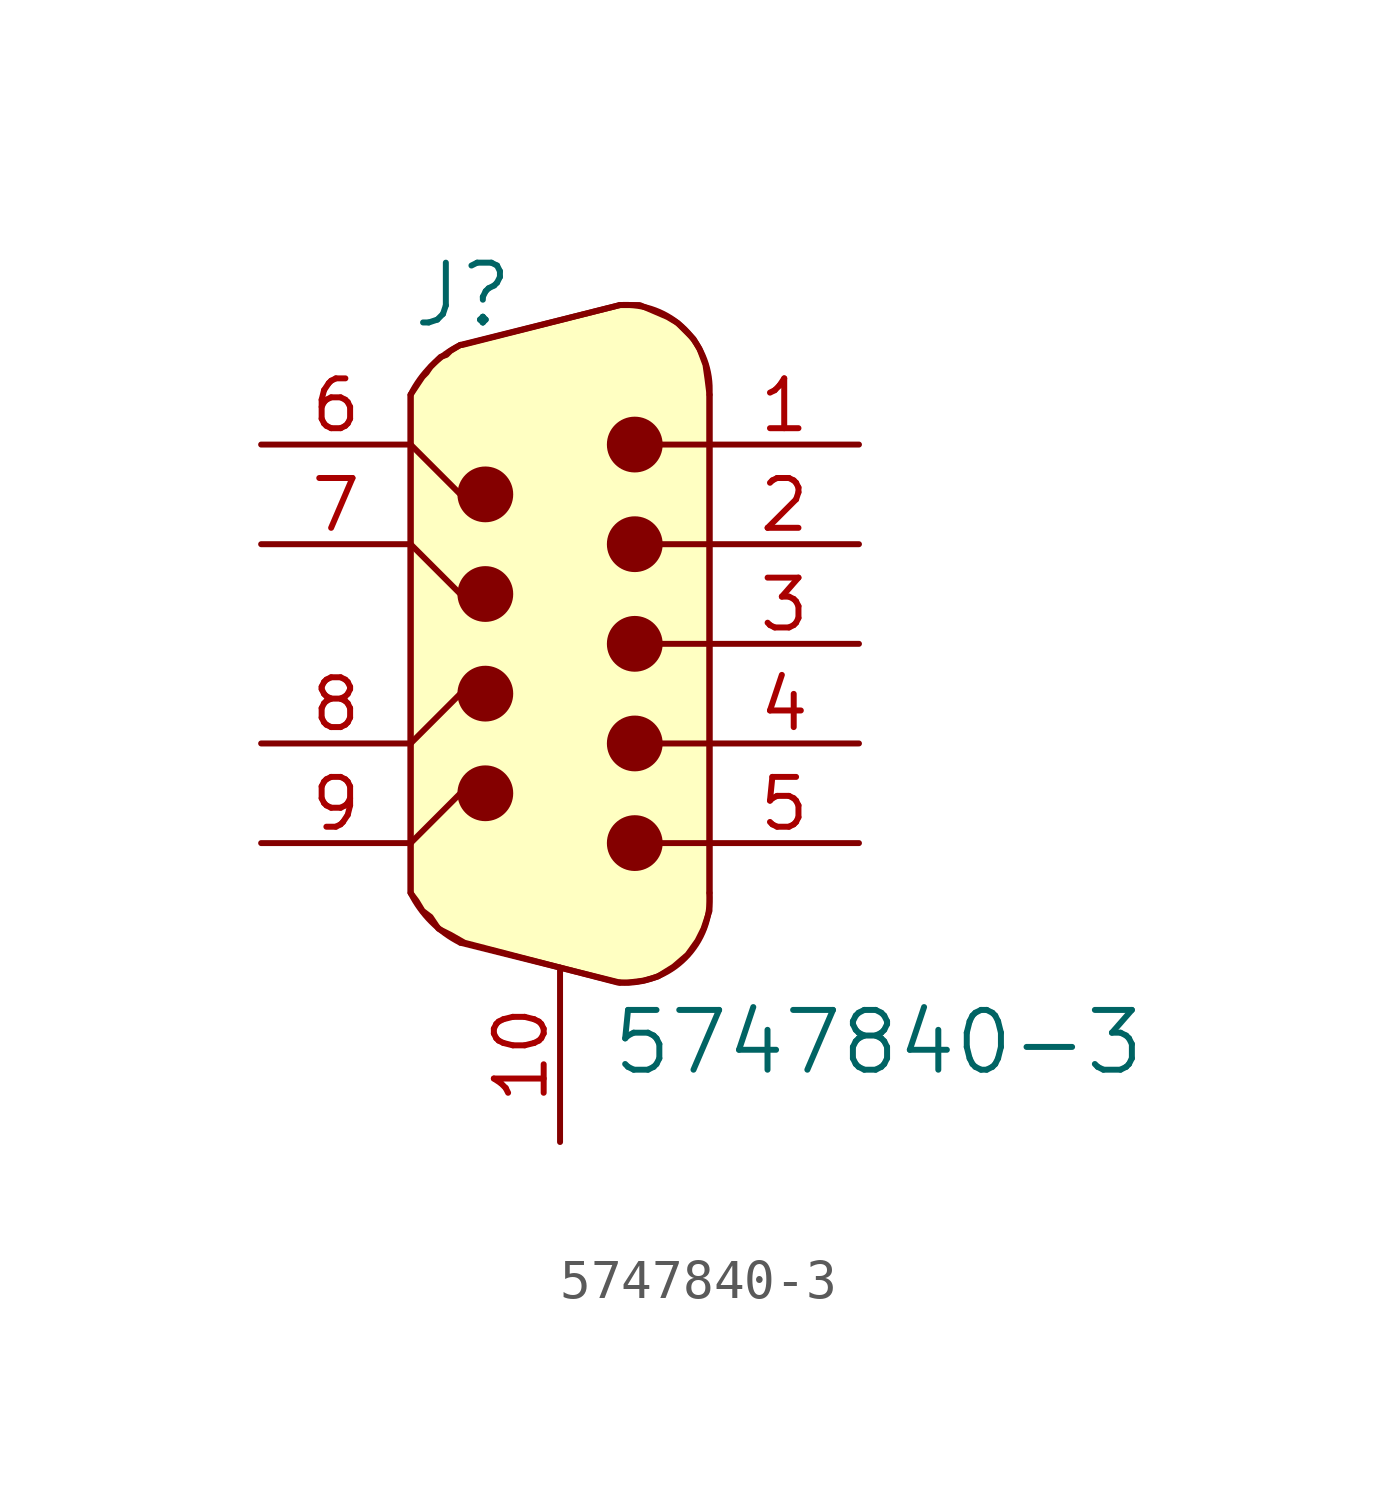
<source format=kicad_sym>
(kicad_symbol_lib
  (version 20220914)
  (generator kicad_symbol_editor)
  (symbol "5747840-3"
    (pin_names
      (offset 1.016))
    (property "Reference" "J"
      (at -3.81 8.89 0)
      (effects (font (size 1.524 1.524)) (justify left)))
    (property "Value" "5747840-3"
      (at 1.27 -10.16 0)
      (effects (font (size 1.524 1.524)) (justify left)))
    (symbol "5747840-3_0_1"
      (circle (center -1.905 -3.81) (radius 0.635) (stroke (width 0) (type default)) (fill (type outline)))
      (circle (center -1.905 -1.27) (radius 0.635) (stroke (width 0) (type default)) (fill (type outline)))
      (circle (center -1.905 1.27) (radius 0.635) (stroke (width 0) (type default)) (fill (type outline)))
      (circle (center -1.905 3.81) (radius 0.635) (stroke (width 0) (type default)) (fill (type outline)))
      (polyline (pts (xy -3.81 -5.08) (xy -2.54 -3.81)) (stroke (width 0) (type default)) (fill (type none)))
      (polyline (pts (xy -3.81 -2.54) (xy -2.54 -1.27)) (stroke (width 0) (type default)) (fill (type none)))
      (polyline (pts (xy -3.81 2.54) (xy -2.54 1.27)) (stroke (width 0) (type default)) (fill (type none)))
      (polyline (pts (xy -3.81 5.08) (xy -2.54 3.81)) (stroke (width 0) (type default)) (fill (type none)))
      (polyline (pts (xy 3.81 -5.08) (xy 2.54 -5.08)) (stroke (width 0) (type default)) (fill (type none)))
      (polyline (pts (xy 3.81 -2.54) (xy 2.54 -2.54)) (stroke (width 0) (type default)) (fill (type none)))
      (polyline (pts (xy 3.81 0) (xy 2.54 0)) (stroke (width 0) (type default)) (fill (type none)))
      (polyline (pts (xy 3.81 2.54) (xy 2.54 2.54)) (stroke (width 0) (type default)) (fill (type none)))
      (polyline (pts (xy 3.81 5.08) (xy 2.54 5.08)) (stroke (width 0) (type default)) (fill (type none)))
      (circle (center 1.905 -5.08) (radius 0.635) (stroke (width 0) (type default)) (fill (type outline)))
      (circle (center 1.905 -2.54) (radius 0.635) (stroke (width 0) (type default)) (fill (type outline)))
      (circle (center 1.905 0) (radius 0.635) (stroke (width 0) (type default)) (fill (type outline)))
      (circle (center 1.905 2.54) (radius 0.635) (stroke (width 0) (type default)) (fill (type outline)))
      (circle (center 1.905 5.08) (radius 0.635) (stroke (width 0) (type default)) (fill (type outline))))
    (symbol "5747840-3_1_1"
      (arc (start -3.81 -6.35) (mid -3.278 -7.088) (end -2.54 -7.62) (stroke (width 0) (type default)) (fill (type none)))
      (arc (start -2.54 7.62) (mid -3.278 7.088) (end -3.81 6.35) (stroke (width 0) (type default)) (fill (type none)))
      (polyline (pts (xy -3.81 6.35) (xy -3.81 -6.35)) (stroke (width 0) (type default)) (fill (type background)))
      (polyline (pts (xy -2.54 7.62) (xy 1.524 8.636)) (stroke (width 0) (type default)) (fill (type background)))
      (polyline (pts (xy 1.524 -8.636) (xy -2.54 -7.62)) (stroke (width 0) (type default)) (fill (type background)))
      (polyline (pts (xy 3.81 6.35) (xy 3.81 -6.35)) (stroke (width 0) (type default)) (fill (type background)))
      (polyline (pts (xy -2.54 7.62) (xy -2.794 7.468) (xy -2.896 7.366) (xy -3.048 7.315) (xy -3.2 7.163) (xy -3.302 7.061) (xy -3.404 6.909) (xy -3.505 6.807) (xy -3.607 6.655) (xy -3.708 6.502) (xy -3.81 6.35) (xy -3.81 -6.35) (xy -3.658 -6.553) (xy -3.505 -6.807) (xy -3.302 -6.96) (xy -3.099 -7.264) (xy -2.794 -7.417) (xy -2.438 -7.62) (xy 1.473 -8.636) (xy 1.727 -8.636) (xy 2.134 -8.585) (xy 2.489 -8.484) (xy 2.896 -8.23) (xy 3.251 -7.925) (xy 3.505 -7.569) (xy 3.658 -7.264) (xy 3.81 -6.807) (xy 3.81 -6.35) (xy 3.81 6.35) (xy 3.759 6.756) (xy 3.708 7.112) (xy 3.556 7.518) (xy 3.404 7.772) (xy 3.2 7.976) (xy 2.997 8.179) (xy 2.743 8.331) (xy 2.388 8.484) (xy 2.032 8.636) (xy 1.778 8.636) (xy 1.524 8.636) (xy -2.489 7.62)) (stroke (width 0) (type default)) (fill (type background)))
      (arc (start 1.524 -8.636) (mid 3.1896 -8.0073) (end 3.81 -6.35) (stroke (width 0) (type default)) (fill (type none)))
      (arc (start 3.81 6.35) (mid 3.1813 8.0156) (end 1.524 8.636) (stroke (width 0) (type default)) (fill (type none)))
      (pin passive line (at 7.62 5.08 180) (length 3.81) (name "~" (effects (font (size 1.27 1.27)))) (number "1" (effects (font (size 1.27 1.27)))))
      (pin passive line (at 0 -12.7 90) (length 4.445) (name "~" (effects (font (size 1.27 1.27)))) (number "10" (effects (font (size 1.27 1.27)))))
      (pin passive line (at 7.62 2.54 180) (length 3.81) (name "~" (effects (font (size 1.27 1.27)))) (number "2" (effects (font (size 1.27 1.27)))))
      (pin passive line (at 7.62 0 180) (length 3.81) (name "~" (effects (font (size 1.27 1.27)))) (number "3" (effects (font (size 1.27 1.27)))))
      (pin passive line (at 7.62 -2.54 180) (length 3.81) (name "~" (effects (font (size 1.27 1.27)))) (number "4" (effects (font (size 1.27 1.27)))))
      (pin passive line (at 7.62 -5.08 180) (length 3.81) (name "~" (effects (font (size 1.27 1.27)))) (number "5" (effects (font (size 1.27 1.27)))))
      (pin passive line (at -7.62 5.08 0) (length 3.81) (name "~" (effects (font (size 1.27 1.27)))) (number "6" (effects (font (size 1.27 1.27)))))
      (pin passive line (at -7.62 2.54 0) (length 3.81) (name "~" (effects (font (size 1.27 1.27)))) (number "7" (effects (font (size 1.27 1.27)))))
      (pin passive line (at -7.62 -2.54 0) (length 3.81) (name "~" (effects (font (size 1.27 1.27)))) (number "8" (effects (font (size 1.27 1.27)))))
      (pin passive line (at -7.62 -5.08 0) (length 3.81) (name "~" (effects (font (size 1.27 1.27)))) (number "9" (effects (font (size 1.27 1.27))))))))
</source>
